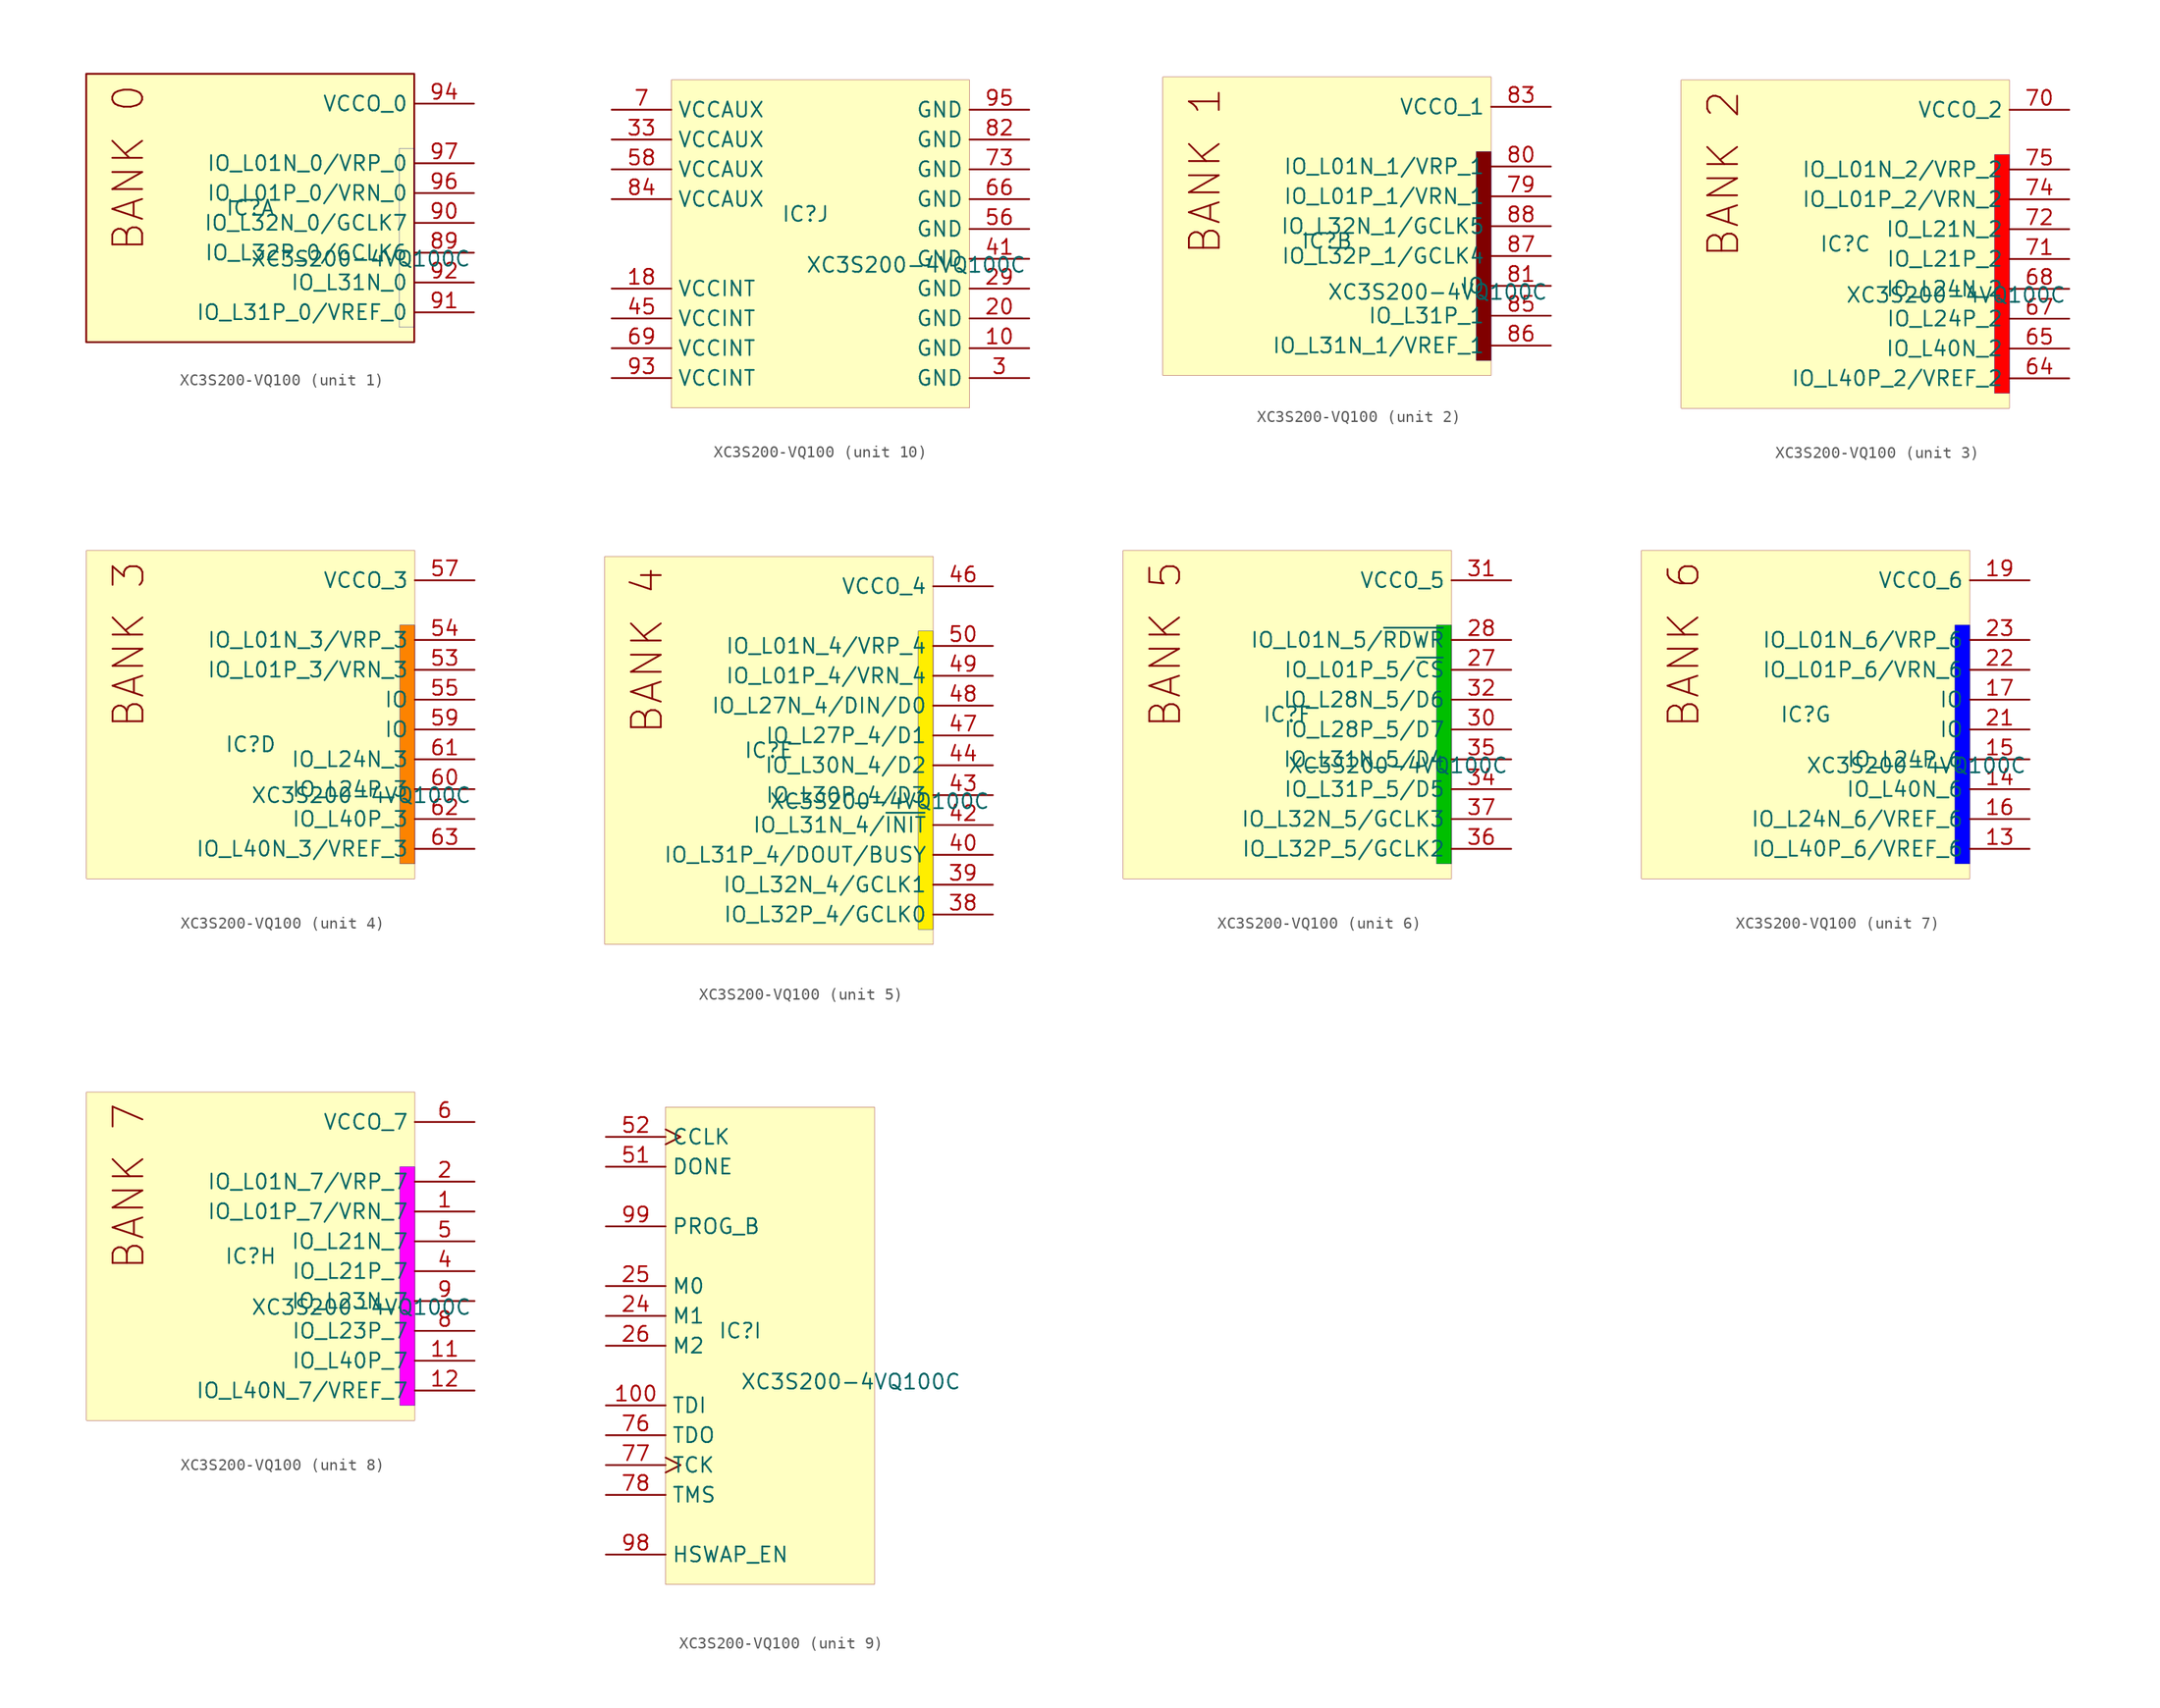
<source format=kicad_sym>
(kicad_symbol_lib
  (version 20231120)
  (generator "kicad_symbol_editor")
  (generator_version "8.0")
  (symbol "XC3S200-VQ100"
    (property "Reference" "IC"
      (at -1.27 1.27 0)
      (effects (font (size 1.27 1.27))))
    (property "Value" "XC3S200-4VQ100C"
      (at -1.27 -3.81 0)
      (effects (font (size 1.27 1.27)) (justify left bottom)))
    (symbol "XC3S200-VQ100_1_0"
      (rectangle (start -15.24 12.7) (end 12.7 -10.16) (stroke (width 0) (type solid) (color 128 0 0 1)) (fill (type background)))
      (rectangle (start 12.7 6.35) (end 11.43 -8.89) (stroke (width 0.025) (type solid) (color 0 0 128 1)) (fill (type color)))
      (text "BANK 0" (at -10.16 -2.54 900) (effects (font (size 2.54 2.54)) (justify left bottom)))
      (pin bidirectional line (at 17.78 -2.54 180) (length 5.08) (name "IO_L32P_0/GCLK6" (effects (font (size 1.27 1.27)))) (number "89" (effects (font (size 1.27 1.27)))))
      (pin bidirectional line (at 17.78 0 180) (length 5.08) (name "IO_L32N_0/GCLK7" (effects (font (size 1.27 1.27)))) (number "90" (effects (font (size 1.27 1.27)))))
      (pin bidirectional line (at 17.78 -7.62 180) (length 5.08) (name "IO_L31P_0/VREF_0" (effects (font (size 1.27 1.27)))) (number "91" (effects (font (size 1.27 1.27)))))
      (pin bidirectional line (at 17.78 -5.08 180) (length 5.08) (name "IO_L31N_0" (effects (font (size 1.27 1.27)))) (number "92" (effects (font (size 1.27 1.27)))))
      (pin power_in line (at 17.78 10.16 180) (length 5.08) (name "VCCO_0" (effects (font (size 1.27 1.27)))) (number "94" (effects (font (size 1.27 1.27)))))
      (pin bidirectional line (at 17.78 2.54 180) (length 5.08) (name "IO_L01P_0/VRN_0" (effects (font (size 1.27 1.27)))) (number "96" (effects (font (size 1.27 1.27)))))
      (pin bidirectional line (at 17.78 5.08 180) (length 5.08) (name "IO_L01N_0/VRP_0" (effects (font (size 1.27 1.27)))) (number "97" (effects (font (size 1.27 1.27))))))
    (symbol "XC3S200-VQ100_2_0"
      (rectangle (start 12.7 8.89) (end 11.43 -8.89) (stroke (width 0.025) (type solid) (color 0 0 128 1)) (fill (type color) (color 128 0 0 1)))
      (rectangle (start 12.7 15.24) (end -15.24 -10.16) (stroke (width 0.025) (type solid) (color 128 0 0 1)) (fill (type background)))
      (text "BANK 1" (at -10.16 0 900) (effects (font (size 2.54 2.54)) (justify left bottom)))
      (pin bidirectional line (at 17.78 5.08 180) (length 5.08) (name "IO_L01P_1/VRN_1" (effects (font (size 1.27 1.27)))) (number "79" (effects (font (size 1.27 1.27)))))
      (pin bidirectional line (at 17.78 7.62 180) (length 5.08) (name "IO_L01N_1/VRP_1" (effects (font (size 1.27 1.27)))) (number "80" (effects (font (size 1.27 1.27)))))
      (pin bidirectional line (at 17.78 -2.54 180) (length 5.08) (name "IO" (effects (font (size 1.27 1.27)))) (number "81" (effects (font (size 1.27 1.27)))))
      (pin power_in line (at 17.78 12.7 180) (length 5.08) (name "VCCO_1" (effects (font (size 1.27 1.27)))) (number "83" (effects (font (size 1.27 1.27)))))
      (pin bidirectional line (at 17.78 -5.08 180) (length 5.08) (name "IO_L31P_1" (effects (font (size 1.27 1.27)))) (number "85" (effects (font (size 1.27 1.27)))))
      (pin bidirectional line (at 17.78 -7.62 180) (length 5.08) (name "IO_L31N_1/VREF_1" (effects (font (size 1.27 1.27)))) (number "86" (effects (font (size 1.27 1.27)))))
      (pin bidirectional line (at 17.78 0 180) (length 5.08) (name "IO_L32P_1/GCLK4" (effects (font (size 1.27 1.27)))) (number "87" (effects (font (size 1.27 1.27)))))
      (pin bidirectional line (at 17.78 2.54 180) (length 5.08) (name "IO_L32N_1/GCLK5" (effects (font (size 1.27 1.27)))) (number "88" (effects (font (size 1.27 1.27))))))
    (symbol "XC3S200-VQ100_3_0"
      (rectangle (start 12.7 8.89) (end 11.43 -11.43) (stroke (width 0.025) (type solid) (color 0 0 128 1)) (fill (type color) (color 255 0 0 1)))
      (rectangle (start 12.7 15.24) (end -15.24 -12.7) (stroke (width 0.025) (type solid) (color 128 0 0 1)) (fill (type background)))
      (text "BANK 2" (at -10.16 0 900) (effects (font (size 2.54 2.54)) (justify left bottom)))
      (pin bidirectional line (at 17.78 -10.16 180) (length 5.08) (name "IO_L40P_2/VREF_2" (effects (font (size 1.27 1.27)))) (number "64" (effects (font (size 1.27 1.27)))))
      (pin bidirectional line (at 17.78 -7.62 180) (length 5.08) (name "IO_L40N_2" (effects (font (size 1.27 1.27)))) (number "65" (effects (font (size 1.27 1.27)))))
      (pin bidirectional line (at 17.78 -5.08 180) (length 5.08) (name "IO_L24P_2" (effects (font (size 1.27 1.27)))) (number "67" (effects (font (size 1.27 1.27)))))
      (pin bidirectional line (at 17.78 -2.54 180) (length 5.08) (name "IO_L24N_2" (effects (font (size 1.27 1.27)))) (number "68" (effects (font (size 1.27 1.27)))))
      (pin power_in line (at 17.78 12.7 180) (length 5.08) (name "VCCO_2" (effects (font (size 1.27 1.27)))) (number "70" (effects (font (size 1.27 1.27)))))
      (pin bidirectional line (at 17.78 0 180) (length 5.08) (name "IO_L21P_2" (effects (font (size 1.27 1.27)))) (number "71" (effects (font (size 1.27 1.27)))))
      (pin bidirectional line (at 17.78 2.54 180) (length 5.08) (name "IO_L21N_2" (effects (font (size 1.27 1.27)))) (number "72" (effects (font (size 1.27 1.27)))))
      (pin bidirectional line (at 17.78 5.08 180) (length 5.08) (name "IO_L01P_2/VRN_2" (effects (font (size 1.27 1.27)))) (number "74" (effects (font (size 1.27 1.27)))))
      (pin bidirectional line (at 17.78 7.62 180) (length 5.08) (name "IO_L01N_2/VRP_2" (effects (font (size 1.27 1.27)))) (number "75" (effects (font (size 1.27 1.27))))))
    (symbol "XC3S200-VQ100_4_0"
      (rectangle (start 12.7 11.43) (end 11.43 -8.89) (stroke (width 0.025) (type solid) (color 0 0 128 1)) (fill (type color) (color 253 131 0 1)))
      (rectangle (start 12.7 17.78) (end -15.24 -10.16) (stroke (width 0.025) (type solid) (color 128 0 0 1)) (fill (type background)))
      (text "BANK 3" (at -10.16 2.54 900) (effects (font (size 2.54 2.54)) (justify left bottom)))
      (pin bidirectional line (at 17.78 7.62 180) (length 5.08) (name "IO_L01P_3/VRN_3" (effects (font (size 1.27 1.27)))) (number "53" (effects (font (size 1.27 1.27)))))
      (pin bidirectional line (at 17.78 10.16 180) (length 5.08) (name "IO_L01N_3/VRP_3" (effects (font (size 1.27 1.27)))) (number "54" (effects (font (size 1.27 1.27)))))
      (pin bidirectional line (at 17.78 5.08 180) (length 5.08) (name "IO" (effects (font (size 1.27 1.27)))) (number "55" (effects (font (size 1.27 1.27)))))
      (pin power_in line (at 17.78 15.24 180) (length 5.08) (name "VCCO_3" (effects (font (size 1.27 1.27)))) (number "57" (effects (font (size 1.27 1.27)))))
      (pin bidirectional line (at 17.78 2.54 180) (length 5.08) (name "IO" (effects (font (size 1.27 1.27)))) (number "59" (effects (font (size 1.27 1.27)))))
      (pin bidirectional line (at 17.78 -2.54 180) (length 5.08) (name "IO_L24P_3" (effects (font (size 1.27 1.27)))) (number "60" (effects (font (size 1.27 1.27)))))
      (pin bidirectional line (at 17.78 0 180) (length 5.08) (name "IO_L24N_3" (effects (font (size 1.27 1.27)))) (number "61" (effects (font (size 1.27 1.27)))))
      (pin bidirectional line (at 17.78 -5.08 180) (length 5.08) (name "IO_L40P_3" (effects (font (size 1.27 1.27)))) (number "62" (effects (font (size 1.27 1.27)))))
      (pin bidirectional line (at 17.78 -7.62 180) (length 5.08) (name "IO_L40N_3/VREF_3" (effects (font (size 1.27 1.27)))) (number "63" (effects (font (size 1.27 1.27))))))
    (symbol "XC3S200-VQ100_5_0"
      (rectangle (start 12.7 11.43) (end 11.43 -13.97) (stroke (width 0.025) (type solid) (color 0 0 128 1)) (fill (type color) (color 255 238 0 1)))
      (rectangle (start 12.7 17.78) (end -15.24 -15.24) (stroke (width 0.025) (type solid) (color 128 0 0 1)) (fill (type background)))
      (text "BANK 4" (at -10.16 2.54 900) (effects (font (size 2.54 2.54)) (justify left bottom)))
      (pin bidirectional line (at 17.78 -12.7 180) (length 5.08) (name "IO_L32P_4/GCLK0" (effects (font (size 1.27 1.27)))) (number "38" (effects (font (size 1.27 1.27)))))
      (pin bidirectional line (at 17.78 -10.16 180) (length 5.08) (name "IO_L32N_4/GCLK1" (effects (font (size 1.27 1.27)))) (number "39" (effects (font (size 1.27 1.27)))))
      (pin bidirectional line (at 17.78 -7.62 180) (length 5.08) (name "IO_L31P_4/DOUT/BUSY" (effects (font (size 1.27 1.27)))) (number "40" (effects (font (size 1.27 1.27)))))
      (pin bidirectional line (at 17.78 -5.08 180) (length 5.08) (name "IO_L31N_4/~{INIT}" (effects (font (size 1.27 1.27)))) (number "42" (effects (font (size 1.27 1.27)))))
      (pin bidirectional line (at 17.78 -2.54 180) (length 5.08) (name "IO_L30P_4/D3" (effects (font (size 1.27 1.27)))) (number "43" (effects (font (size 1.27 1.27)))))
      (pin bidirectional line (at 17.78 0 180) (length 5.08) (name "IO_L30N_4/D2" (effects (font (size 1.27 1.27)))) (number "44" (effects (font (size 1.27 1.27)))))
      (pin power_in line (at 17.78 15.24 180) (length 5.08) (name "VCCO_4" (effects (font (size 1.27 1.27)))) (number "46" (effects (font (size 1.27 1.27)))))
      (pin bidirectional line (at 17.78 2.54 180) (length 5.08) (name "IO_L27P_4/D1" (effects (font (size 1.27 1.27)))) (number "47" (effects (font (size 1.27 1.27)))))
      (pin bidirectional line (at 17.78 5.08 180) (length 5.08) (name "IO_L27N_4/DIN/D0" (effects (font (size 1.27 1.27)))) (number "48" (effects (font (size 1.27 1.27)))))
      (pin bidirectional line (at 17.78 7.62 180) (length 5.08) (name "IO_L01P_4/VRN_4" (effects (font (size 1.27 1.27)))) (number "49" (effects (font (size 1.27 1.27)))))
      (pin bidirectional line (at 17.78 10.16 180) (length 5.08) (name "IO_L01N_4/VRP_4" (effects (font (size 1.27 1.27)))) (number "50" (effects (font (size 1.27 1.27))))))
    (symbol "XC3S200-VQ100_6_0"
      (rectangle (start 12.7 8.89) (end 11.43 -11.43) (stroke (width 0.025) (type solid) (color 0 0 128 1)) (fill (type color) (color 0 191 0 1)))
      (rectangle (start 12.7 15.24) (end -15.24 -12.7) (stroke (width 0.025) (type solid) (color 128 0 0 1)) (fill (type background)))
      (text "BANK 5" (at -10.16 0 900) (effects (font (size 2.54 2.54)) (justify left bottom)))
      (pin bidirectional line (at 17.78 5.08 180) (length 5.08) (name "IO_L01P_5/~{CS}" (effects (font (size 1.27 1.27)))) (number "27" (effects (font (size 1.27 1.27)))))
      (pin bidirectional line (at 17.78 7.62 180) (length 5.08) (name "IO_L01N_5/~{RDWR}" (effects (font (size 1.27 1.27)))) (number "28" (effects (font (size 1.27 1.27)))))
      (pin bidirectional line (at 17.78 0 180) (length 5.08) (name "IO_L28P_5/D7" (effects (font (size 1.27 1.27)))) (number "30" (effects (font (size 1.27 1.27)))))
      (pin power_in line (at 17.78 12.7 180) (length 5.08) (name "VCCO_5" (effects (font (size 1.27 1.27)))) (number "31" (effects (font (size 1.27 1.27)))))
      (pin bidirectional line (at 17.78 2.54 180) (length 5.08) (name "IO_L28N_5/D6" (effects (font (size 1.27 1.27)))) (number "32" (effects (font (size 1.27 1.27)))))
      (pin bidirectional line (at 17.78 -5.08 180) (length 5.08) (name "IO_L31P_5/D5" (effects (font (size 1.27 1.27)))) (number "34" (effects (font (size 1.27 1.27)))))
      (pin bidirectional line (at 17.78 -2.54 180) (length 5.08) (name "IO_L31N_5/D4" (effects (font (size 1.27 1.27)))) (number "35" (effects (font (size 1.27 1.27)))))
      (pin bidirectional line (at 17.78 -10.16 180) (length 5.08) (name "IO_L32P_5/GCLK2" (effects (font (size 1.27 1.27)))) (number "36" (effects (font (size 1.27 1.27)))))
      (pin bidirectional line (at 17.78 -7.62 180) (length 5.08) (name "IO_L32N_5/GCLK3" (effects (font (size 1.27 1.27)))) (number "37" (effects (font (size 1.27 1.27))))))
    (symbol "XC3S200-VQ100_7_0"
      (rectangle (start 12.7 8.89) (end 11.43 -11.43) (stroke (width 0.025) (type solid) (color 0 0 128 1)) (fill (type color) (color 0 0 255 1)))
      (rectangle (start 12.7 15.24) (end -15.24 -12.7) (stroke (width 0.025) (type solid) (color 128 0 0 1)) (fill (type background)))
      (text "BANK 6" (at -10.16 0 900) (effects (font (size 2.54 2.54)) (justify left bottom)))
      (pin bidirectional line (at 17.78 -10.16 180) (length 5.08) (name "IO_L40P_6/VREF_6" (effects (font (size 1.27 1.27)))) (number "13" (effects (font (size 1.27 1.27)))))
      (pin bidirectional line (at 17.78 -5.08 180) (length 5.08) (name "IO_L40N_6" (effects (font (size 1.27 1.27)))) (number "14" (effects (font (size 1.27 1.27)))))
      (pin bidirectional line (at 17.78 -2.54 180) (length 5.08) (name "IO_L24P_6" (effects (font (size 1.27 1.27)))) (number "15" (effects (font (size 1.27 1.27)))))
      (pin bidirectional line (at 17.78 -7.62 180) (length 5.08) (name "IO_L24N_6/VREF_6" (effects (font (size 1.27 1.27)))) (number "16" (effects (font (size 1.27 1.27)))))
      (pin bidirectional line (at 17.78 2.54 180) (length 5.08) (name "IO" (effects (font (size 1.27 1.27)))) (number "17" (effects (font (size 1.27 1.27)))))
      (pin power_in line (at 17.78 12.7 180) (length 5.08) (name "VCCO_6" (effects (font (size 1.27 1.27)))) (number "19" (effects (font (size 1.27 1.27)))))
      (pin bidirectional line (at 17.78 0 180) (length 5.08) (name "IO" (effects (font (size 1.27 1.27)))) (number "21" (effects (font (size 1.27 1.27)))))
      (pin bidirectional line (at 17.78 5.08 180) (length 5.08) (name "IO_L01P_6/VRN_6" (effects (font (size 1.27 1.27)))) (number "22" (effects (font (size 1.27 1.27)))))
      (pin bidirectional line (at 17.78 7.62 180) (length 5.08) (name "IO_L01N_6/VRP_6" (effects (font (size 1.27 1.27)))) (number "23" (effects (font (size 1.27 1.27))))))
    (symbol "XC3S200-VQ100_8_0"
      (rectangle (start 12.7 8.89) (end 11.43 -11.43) (stroke (width 0.025) (type solid) (color 0 0 128 1)) (fill (type color) (color 255 0 255 1)))
      (rectangle (start 12.7 15.24) (end -15.24 -12.7) (stroke (width 0.025) (type solid) (color 128 0 0 1)) (fill (type background)))
      (text "BANK 7" (at -10.16 0 900) (effects (font (size 2.54 2.54)) (justify left bottom)))
      (pin bidirectional line (at 17.78 5.08 180) (length 5.08) (name "IO_L01P_7/VRN_7" (effects (font (size 1.27 1.27)))) (number "1" (effects (font (size 1.27 1.27)))))
      (pin bidirectional line (at 17.78 -7.62 180) (length 5.08) (name "IO_L40P_7" (effects (font (size 1.27 1.27)))) (number "11" (effects (font (size 1.27 1.27)))))
      (pin bidirectional line (at 17.78 -10.16 180) (length 5.08) (name "IO_L40N_7/VREF_7" (effects (font (size 1.27 1.27)))) (number "12" (effects (font (size 1.27 1.27)))))
      (pin bidirectional line (at 17.78 7.62 180) (length 5.08) (name "IO_L01N_7/VRP_7" (effects (font (size 1.27 1.27)))) (number "2" (effects (font (size 1.27 1.27)))))
      (pin bidirectional line (at 17.78 0 180) (length 5.08) (name "IO_L21P_7" (effects (font (size 1.27 1.27)))) (number "4" (effects (font (size 1.27 1.27)))))
      (pin bidirectional line (at 17.78 2.54 180) (length 5.08) (name "IO_L21N_7" (effects (font (size 1.27 1.27)))) (number "5" (effects (font (size 1.27 1.27)))))
      (pin power_in line (at 17.78 12.7 180) (length 5.08) (name "VCCO_7" (effects (font (size 1.27 1.27)))) (number "6" (effects (font (size 1.27 1.27)))))
      (pin bidirectional line (at 17.78 -5.08 180) (length 5.08) (name "IO_L23P_7" (effects (font (size 1.27 1.27)))) (number "8" (effects (font (size 1.27 1.27)))))
      (pin bidirectional line (at 17.78 -2.54 180) (length 5.08) (name "IO_L23N_7" (effects (font (size 1.27 1.27)))) (number "9" (effects (font (size 1.27 1.27))))))
    (symbol "XC3S200-VQ100_9_0"
      (rectangle (start 10.16 20.32) (end -7.62 -20.32) (stroke (width 0.025) (type solid) (color 128 0 0 1)) (fill (type background)))
      (pin input line (at -12.7 -5.08 0) (length 5.08) (name "TDI" (effects (font (size 1.27 1.27)))) (number "100" (effects (font (size 1.27 1.27)))))
      (pin input line (at -12.7 2.54 0) (length 5.08) (name "M1" (effects (font (size 1.27 1.27)))) (number "24" (effects (font (size 1.27 1.27)))))
      (pin input line (at -12.7 5.08 0) (length 5.08) (name "M0" (effects (font (size 1.27 1.27)))) (number "25" (effects (font (size 1.27 1.27)))))
      (pin input line (at -12.7 0 0) (length 5.08) (name "M2" (effects (font (size 1.27 1.27)))) (number "26" (effects (font (size 1.27 1.27)))))
      (pin bidirectional line (at -12.7 15.24 0) (length 5.08) (name "DONE" (effects (font (size 1.27 1.27)))) (number "51" (effects (font (size 1.27 1.27)))))
      (pin bidirectional clock (at -12.7 17.78 0) (length 5.08) (name "CCLK" (effects (font (size 1.27 1.27)))) (number "52" (effects (font (size 1.27 1.27)))))
      (pin output line (at -12.7 -7.62 0) (length 5.08) (name "TDO" (effects (font (size 1.27 1.27)))) (number "76" (effects (font (size 1.27 1.27)))))
      (pin input clock (at -12.7 -10.16 0) (length 5.08) (name "TCK" (effects (font (size 1.27 1.27)))) (number "77" (effects (font (size 1.27 1.27)))))
      (pin input line (at -12.7 -12.7 0) (length 5.08) (name "TMS" (effects (font (size 1.27 1.27)))) (number "78" (effects (font (size 1.27 1.27)))))
      (pin input line (at -12.7 -17.78 0) (length 5.08) (name "HSWAP_EN" (effects (font (size 1.27 1.27)))) (number "98" (effects (font (size 1.27 1.27)))))
      (pin input line (at -12.7 10.16 0) (length 5.08) (name "PROG_B" (effects (font (size 1.27 1.27)))) (number "99" (effects (font (size 1.27 1.27))))))
    (symbol "XC3S200-VQ100_10_0"
      (rectangle (start 12.7 12.7) (end -12.7 -15.24) (stroke (width 0.025) (type solid) (color 128 0 0 1)) (fill (type background)))
      (pin power_in line (at 17.78 -10.16 180) (length 5.08) (name "GND" (effects (font (size 1.27 1.27)))) (number "10" (effects (font (size 1.27 1.27)))))
      (pin power_in line (at -17.78 -5.08 0) (length 5.08) (name "VCCINT" (effects (font (size 1.27 1.27)))) (number "18" (effects (font (size 1.27 1.27)))))
      (pin power_in line (at 17.78 -7.62 180) (length 5.08) (name "GND" (effects (font (size 1.27 1.27)))) (number "20" (effects (font (size 1.27 1.27)))))
      (pin power_in line (at 17.78 -5.08 180) (length 5.08) (name "GND" (effects (font (size 1.27 1.27)))) (number "29" (effects (font (size 1.27 1.27)))))
      (pin power_in line (at 17.78 -12.7 180) (length 5.08) (name "GND" (effects (font (size 1.27 1.27)))) (number "3" (effects (font (size 1.27 1.27)))))
      (pin power_in line (at -17.78 7.62 0) (length 5.08) (name "VCCAUX" (effects (font (size 1.27 1.27)))) (number "33" (effects (font (size 1.27 1.27)))))
      (pin power_in line (at 17.78 -2.54 180) (length 5.08) (name "GND" (effects (font (size 1.27 1.27)))) (number "41" (effects (font (size 1.27 1.27)))))
      (pin power_in line (at -17.78 -7.62 0) (length 5.08) (name "VCCINT" (effects (font (size 1.27 1.27)))) (number "45" (effects (font (size 1.27 1.27)))))
      (pin power_in line (at 17.78 0 180) (length 5.08) (name "GND" (effects (font (size 1.27 1.27)))) (number "56" (effects (font (size 1.27 1.27)))))
      (pin power_in line (at -17.78 5.08 0) (length 5.08) (name "VCCAUX" (effects (font (size 1.27 1.27)))) (number "58" (effects (font (size 1.27 1.27)))))
      (pin power_in line (at 17.78 2.54 180) (length 5.08) (name "GND" (effects (font (size 1.27 1.27)))) (number "66" (effects (font (size 1.27 1.27)))))
      (pin power_in line (at -17.78 -10.16 0) (length 5.08) (name "VCCINT" (effects (font (size 1.27 1.27)))) (number "69" (effects (font (size 1.27 1.27)))))
      (pin power_in line (at -17.78 10.16 0) (length 5.08) (name "VCCAUX" (effects (font (size 1.27 1.27)))) (number "7" (effects (font (size 1.27 1.27)))))
      (pin power_in line (at 17.78 5.08 180) (length 5.08) (name "GND" (effects (font (size 1.27 1.27)))) (number "73" (effects (font (size 1.27 1.27)))))
      (pin power_in line (at 17.78 7.62 180) (length 5.08) (name "GND" (effects (font (size 1.27 1.27)))) (number "82" (effects (font (size 1.27 1.27)))))
      (pin power_in line (at -17.78 2.54 0) (length 5.08) (name "VCCAUX" (effects (font (size 1.27 1.27)))) (number "84" (effects (font (size 1.27 1.27)))))
      (pin power_in line (at -17.78 -12.7 0) (length 5.08) (name "VCCINT" (effects (font (size 1.27 1.27)))) (number "93" (effects (font (size 1.27 1.27)))))
      (pin power_in line (at 17.78 10.16 180) (length 5.08) (name "GND" (effects (font (size 1.27 1.27)))) (number "95" (effects (font (size 1.27 1.27))))))))
</source>
